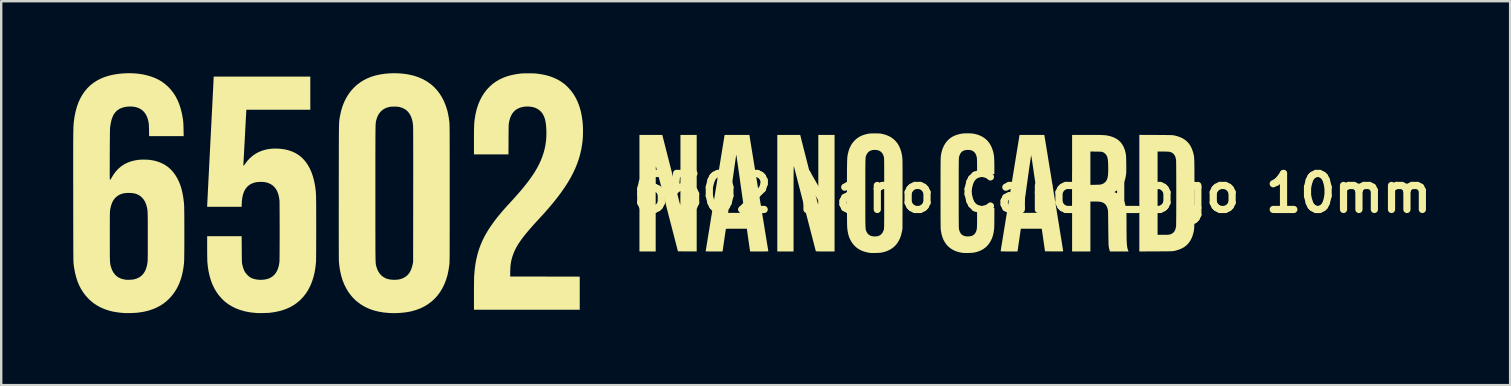
<source format=kicad_pcb>
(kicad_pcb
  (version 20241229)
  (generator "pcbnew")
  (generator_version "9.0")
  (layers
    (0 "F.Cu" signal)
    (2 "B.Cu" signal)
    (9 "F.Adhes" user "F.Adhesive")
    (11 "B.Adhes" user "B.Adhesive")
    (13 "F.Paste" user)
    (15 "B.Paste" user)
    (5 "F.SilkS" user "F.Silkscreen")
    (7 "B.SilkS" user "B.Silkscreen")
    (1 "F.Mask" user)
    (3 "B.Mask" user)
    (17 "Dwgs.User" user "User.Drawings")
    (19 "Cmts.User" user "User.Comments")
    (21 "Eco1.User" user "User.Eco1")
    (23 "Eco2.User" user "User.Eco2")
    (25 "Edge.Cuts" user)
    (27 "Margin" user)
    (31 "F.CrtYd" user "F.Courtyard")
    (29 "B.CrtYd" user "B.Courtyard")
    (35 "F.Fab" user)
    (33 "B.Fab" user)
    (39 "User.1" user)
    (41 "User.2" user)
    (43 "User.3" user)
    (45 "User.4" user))
  (footprint "6502 Nano Card Logo 10mm"
    (layer "F.Cu")
    (at 39.973 5)
    (property "Reference" "6502 Nano Card Logo 10mm" (at 0 0 0) (layer "F.SilkS") (effects (font (size 1.5 1.5) (thickness 0.3))))
    (attr board_only exclude_from_pos_files exclude_from_bom)
    (fp_poly (pts (xy -15.078 -1.072) (xy -15.04 -0.923) (xy -15.002 -0.777) (xy -14.966 -0.635) (xy -14.932 -0.498) (xy -14.898 -0.368) (xy -14.867 -0.245) (xy -14.838 -0.13) (xy -14.811 -0.024) (xy -14.786 0.072) (xy -14.765 0.157) (xy -14.746 0.23) (xy -14.731 0.29) (xy -14.719 0.336) (xy -14.711 0.368) (xy -14.707 0.383) (xy -14.697 0.421) (xy -14.687 0.453) (xy -14.68 0.474) (xy -14.675 0.482) (xy -14.675 0.482) (xy -14.674 0.474) (xy -14.673 0.449) (xy -14.672 0.41) (xy -14.671 0.355) (xy -14.671 0.287) (xy -14.67 0.206) (xy -14.67 0.112) (xy -14.669 0.007) (xy -14.669 -0.109) (xy -14.668 -0.235) (xy -14.668 -0.369) (xy -14.668 -0.513) (xy -14.667 -0.664) (xy -14.667 -0.821) (xy -14.667 -0.973) (xy -14.667 -2.428) (xy -14.329 -2.428) (xy -13.99 -2.428) (xy -13.99 0.000084) (xy -13.99 2.428) (xy -14.381 2.426) (xy -14.772 2.424) (xy -15.229 0.654) (xy -15.272 0.485) (xy -15.315 0.32) (xy -15.356 0.16) (xy -15.396 0.007) (xy -15.434 -0.141) (xy -15.471 -0.28) (xy -15.505 -0.412) (xy -15.537 -0.535) (xy -15.567 -0.648) (xy -15.594 -0.75) (xy -15.618 -0.842) (xy -15.639 -0.922) (xy -15.657 -0.989) (xy -15.671 -1.043) (xy -15.682 -1.083) (xy -15.689 -1.107) (xy -15.692 -1.117) (xy -15.692 -1.117) (xy -15.693 -1.109) (xy -15.694 -1.084) (xy -15.694 -1.044) (xy -15.695 -0.99) (xy -15.696 -0.922) (xy -15.696 -0.84) (xy -15.697 -0.747) (xy -15.697 -0.642) (xy -15.698 -0.527) (xy -15.698 -0.401) (xy -15.698 -0.267) (xy -15.699 -0.124) (xy -15.699 0.026) (xy -15.699 0.184) (xy -15.699 0.347) (xy -15.699 0.515) (xy -15.699 0.656) (xy -15.699 2.428) (xy -16.038 2.428) (xy -16.376 2.428) (xy -16.376 0) (xy -16.376 -2.428) (xy -15.9 -2.428) (xy -15.424 -2.428)) (stroke (width 0) (type solid)) (fill yes) (layer "F.SilkS"))
    (fp_poly (pts (xy -9.667 -2.388) (xy -9.65 -2.32) (xy -9.63 -2.24) (xy -9.607 -2.151) (xy -9.582 -2.052) (xy -9.555 -1.945) (xy -9.526 -1.831) (xy -9.495 -1.711) (xy -9.463 -1.586) (xy -9.43 -1.456) (xy -9.396 -1.324) (xy -9.362 -1.189) (xy -9.327 -1.053) (xy -9.292 -0.917) (xy -9.257 -0.782) (xy -9.223 -0.648) (xy -9.189 -0.517) (xy -9.156 -0.39) (xy -9.125 -0.268) (xy -9.095 -0.152) (xy -9.067 -0.042) (xy -9.04 0.06) (xy -9.016 0.153) (xy -8.994 0.236) (xy -8.975 0.309) (xy -8.959 0.37) (xy -8.947 0.418) (xy -8.937 0.453) (xy -8.932 0.473) (xy -8.93 0.478) (xy -8.929 0.47) (xy -8.928 0.446) (xy -8.927 0.406) (xy -8.926 0.35) (xy -8.926 0.279) (xy -8.925 0.193) (xy -8.924 0.091) (xy -8.924 -0.024) (xy -8.923 -0.154) (xy -8.923 -0.297) (xy -8.923 -0.454) (xy -8.922 -0.624) (xy -8.922 -0.806) (xy -8.922 -0.971) (xy -8.922 -2.428) (xy -8.584 -2.428) (xy -8.245 -2.428) (xy -8.245 0) (xy -8.245 2.428) (xy -8.634 2.428) (xy -8.725 2.428) (xy -8.801 2.428) (xy -8.863 2.428) (xy -8.912 2.427) (xy -8.951 2.427) (xy -8.979 2.425) (xy -8.999 2.424) (xy -9.013 2.422) (xy -9.021 2.42) (xy -9.025 2.417) (xy -9.027 2.414) (xy -9.03 2.404) (xy -9.036 2.379) (xy -9.047 2.339) (xy -9.06 2.286) (xy -9.077 2.22) (xy -9.098 2.143) (xy -9.12 2.055) (xy -9.146 1.956) (xy -9.173 1.849) (xy -9.203 1.734) (xy -9.235 1.611) (xy -9.268 1.483) (xy -9.303 1.348) (xy -9.339 1.21) (xy -9.375 1.068) (xy -9.413 0.923) (xy -9.451 0.777) (xy -9.489 0.629) (xy -9.526 0.482) (xy -9.564 0.336) (xy -9.601 0.192) (xy -9.638 0.051) (xy -9.673 -0.086) (xy -9.707 -0.219) (xy -9.74 -0.346) (xy -9.771 -0.467) (xy -9.8 -0.58) (xy -9.827 -0.685) (xy -9.852 -0.78) (xy -9.874 -0.866) (xy -9.893 -0.94) (xy -9.909 -1.002) (xy -9.922 -1.052) (xy -9.931 -1.087) (xy -9.936 -1.108) (xy -9.937 -1.114) (xy -9.944 -1.117) (xy -9.946 -1.117) (xy -9.947 -1.108) (xy -9.948 -1.083) (xy -9.949 -1.041) (xy -9.95 -0.982) (xy -9.951 -0.906) (xy -9.951 -0.813) (xy -9.952 -0.704) (xy -9.953 -0.578) (xy -9.953 -0.436) (xy -9.954 -0.276) (xy -9.954 -0.1) (xy -9.954 0.092) (xy -9.954 0.301) (xy -9.954 0.526) (xy -9.954 0.656) (xy -9.954 2.428) (xy -10.293 2.428) (xy -10.631 2.428) (xy -10.631 0) (xy -10.631 -2.428) (xy -10.154 -2.428) (xy -9.677 -2.428)) (stroke (width 0) (type solid)) (fill yes) (layer "F.SilkS"))
    (fp_poly (pts (xy 5.142 -2.426) (xy 5.268 -2.425) (xy 5.379 -2.425) (xy 5.475 -2.424) (xy 5.558 -2.423) (xy 5.628 -2.422) (xy 5.688 -2.422) (xy 5.737 -2.42) (xy 5.778 -2.419) (xy 5.812 -2.418) (xy 5.839 -2.416) (xy 5.861 -2.414) (xy 5.88 -2.412) (xy 5.895 -2.41) (xy 5.902 -2.408) (xy 6.039 -2.375) (xy 6.164 -2.33) (xy 6.276 -2.276) (xy 6.375 -2.21) (xy 6.462 -2.133) (xy 6.537 -2.044) (xy 6.601 -1.943) (xy 6.653 -1.83) (xy 6.696 -1.703) (xy 6.709 -1.652) (xy 6.714 -1.629) (xy 6.719 -1.608) (xy 6.724 -1.588) (xy 6.728 -1.567) (xy 6.731 -1.545) (xy 6.735 -1.522) (xy 6.738 -1.495) (xy 6.74 -1.465) (xy 6.742 -1.431) (xy 6.744 -1.392) (xy 6.746 -1.346) (xy 6.747 -1.294) (xy 6.748 -1.234) (xy 6.749 -1.165) (xy 6.75 -1.087) (xy 6.751 -0.999) (xy 6.751 -0.9) (xy 6.751 -0.789) (xy 6.752 -0.665) (xy 6.752 -0.528) (xy 6.752 -0.377) (xy 6.752 -0.21) (xy 6.752 -0.028) (xy 6.752 0) (xy 6.752 0.185) (xy 6.752 0.354) (xy 6.752 0.507) (xy 6.752 0.646) (xy 6.752 0.772) (xy 6.751 0.885) (xy 6.751 0.985) (xy 6.75 1.075) (xy 6.75 1.154) (xy 6.749 1.224) (xy 6.747 1.285) (xy 6.746 1.339) (xy 6.745 1.385) (xy 6.743 1.426) (xy 6.74 1.461) (xy 6.738 1.491) (xy 6.735 1.518) (xy 6.732 1.542) (xy 6.728 1.564) (xy 6.724 1.585) (xy 6.72 1.605) (xy 6.715 1.626) (xy 6.71 1.648) (xy 6.709 1.652) (xy 6.671 1.783) (xy 6.622 1.901) (xy 6.562 2.007) (xy 6.491 2.101) (xy 6.409 2.182) (xy 6.314 2.252) (xy 6.207 2.311) (xy 6.087 2.359) (xy 5.954 2.397) (xy 5.902 2.408) (xy 5.887 2.411) (xy 5.87 2.413) (xy 5.849 2.415) (xy 5.825 2.417) (xy 5.794 2.419) (xy 5.756 2.42) (xy 5.711 2.421) (xy 5.656 2.422) (xy 5.59 2.423) (xy 5.513 2.424) (xy 5.423 2.424) (xy 5.319 2.425) (xy 5.2 2.426) (xy 5.142 2.426) (xy 4.455 2.429) (xy 4.455 0) (xy 5.216 0) (xy 5.216 1.735) (xy 5.447 1.735) (xy 5.518 1.734) (xy 5.575 1.734) (xy 5.62 1.733) (xy 5.654 1.731) (xy 5.682 1.729) (xy 5.704 1.726) (xy 5.724 1.721) (xy 5.735 1.719) (xy 5.803 1.693) (xy 5.859 1.656) (xy 5.906 1.608) (xy 5.941 1.547) (xy 5.968 1.473) (xy 5.985 1.385) (xy 5.986 1.377) (xy 5.987 1.359) (xy 5.988 1.325) (xy 5.989 1.277) (xy 5.99 1.215) (xy 5.991 1.141) (xy 5.992 1.055) (xy 5.993 0.96) (xy 5.993 0.856) (xy 5.994 0.744) (xy 5.994 0.625) (xy 5.994 0.501) (xy 5.995 0.372) (xy 5.995 0.241) (xy 5.995 0.107) (xy 5.995 -0.028) (xy 5.995 -0.162) (xy 5.995 -0.295) (xy 5.994 -0.426) (xy 5.994 -0.553) (xy 5.994 -0.675) (xy 5.993 -0.791) (xy 5.993 -0.901) (xy 5.992 -1.002) (xy 5.991 -1.094) (xy 5.991 -1.175) (xy 5.99 -1.245) (xy 5.989 -1.302) (xy 5.988 -1.345) (xy 5.986 -1.374) (xy 5.986 -1.384) (xy 5.97 -1.466) (xy 5.948 -1.534) (xy 5.919 -1.59) (xy 5.881 -1.636) (xy 5.837 -1.672) (xy 5.81 -1.689) (xy 5.784 -1.702) (xy 5.757 -1.713) (xy 5.726 -1.721) (xy 5.689 -1.727) (xy 5.644 -1.731) (xy 5.589 -1.733) (xy 5.521 -1.734) (xy 5.445 -1.735) (xy 5.216 -1.735) (xy 5.216 0) (xy 4.455 0) (xy 4.455 -2.429)) (stroke (width 0) (type solid)) (fill yes) (layer "F.SilkS"))
    (fp_poly (pts (xy -11.402 -0.015) (xy -11.369 0.185) (xy -11.338 0.381) (xy -11.306 0.571) (xy -11.276 0.756) (xy -11.247 0.935) (xy -11.219 1.107) (xy -11.192 1.271) (xy -11.167 1.427) (xy -11.143 1.574) (xy -11.121 1.711) (xy -11.1 1.839) (xy -11.081 1.955) (xy -11.064 2.06) (xy -11.049 2.152) (xy -11.035 2.232) (xy -11.025 2.298) (xy -11.016 2.35) (xy -11.01 2.387) (xy -11.006 2.408) (xy -11.005 2.414) (xy -11.005 2.417) (xy -11.008 2.42) (xy -11.015 2.422) (xy -11.027 2.424) (xy -11.046 2.426) (xy -11.074 2.427) (xy -11.112 2.427) (xy -11.161 2.428) (xy -11.223 2.428) (xy -11.298 2.428) (xy -11.383 2.428) (xy -11.764 2.428) (xy -11.769 2.401) (xy -11.771 2.389) (xy -11.775 2.362) (xy -11.781 2.323) (xy -11.788 2.273) (xy -11.796 2.214) (xy -11.806 2.148) (xy -11.816 2.076) (xy -11.827 2.002) (xy -11.838 1.926) (xy -11.849 1.85) (xy -11.859 1.777) (xy -11.869 1.707) (xy -11.878 1.644) (xy -11.886 1.589) (xy -11.892 1.543) (xy -11.897 1.509) (xy -11.9 1.489) (xy -11.9 1.483) (xy -11.909 1.483) (xy -11.932 1.482) (xy -11.969 1.482) (xy -12.019 1.481) (xy -12.079 1.481) (xy -12.148 1.481) (xy -12.225 1.481) (xy -12.307 1.481) (xy -12.336 1.481) (xy -12.433 1.481) (xy -12.514 1.481) (xy -12.582 1.481) (xy -12.636 1.482) (xy -12.679 1.482) (xy -12.712 1.483) (xy -12.737 1.484) (xy -12.754 1.486) (xy -12.765 1.488) (xy -12.771 1.49) (xy -12.774 1.493) (xy -12.775 1.495) (xy -12.777 1.506) (xy -12.781 1.533) (xy -12.787 1.572) (xy -12.795 1.624) (xy -12.804 1.686) (xy -12.814 1.757) (xy -12.826 1.835) (xy -12.838 1.919) (xy -12.845 1.969) (xy -12.912 2.428) (xy -13.266 2.428) (xy -13.353 2.428) (xy -13.424 2.428) (xy -13.481 2.428) (xy -13.526 2.427) (xy -13.56 2.426) (xy -13.584 2.425) (xy -13.601 2.424) (xy -13.611 2.421) (xy -13.615 2.419) (xy -13.617 2.415) (xy -13.616 2.414) (xy -13.615 2.404) (xy -13.61 2.379) (xy -13.603 2.338) (xy -13.594 2.282) (xy -13.583 2.212) (xy -13.569 2.129) (xy -13.554 2.034) (xy -13.536 1.926) (xy -13.517 1.806) (xy -13.495 1.677) (xy -13.472 1.536) (xy -13.448 1.387) (xy -13.422 1.229) (xy -13.395 1.063) (xy -13.367 0.889) (xy -13.356 0.821) (xy -12.679 0.821) (xy -12.336 0.821) (xy -11.993 0.821) (xy -11.997 0.793) (xy -11.999 0.782) (xy -12.003 0.754) (xy -12.009 0.712) (xy -12.017 0.656) (xy -12.027 0.588) (xy -12.038 0.507) (xy -12.051 0.415) (xy -12.066 0.314) (xy -12.081 0.204) (xy -12.098 0.085) (xy -12.116 -0.04) (xy -12.134 -0.171) (xy -12.154 -0.307) (xy -12.168 -0.406) (xy -12.187 -0.545) (xy -12.206 -0.679) (xy -12.224 -0.807) (xy -12.242 -0.929) (xy -12.258 -1.044) (xy -12.273 -1.15) (xy -12.287 -1.247) (xy -12.3 -1.333) (xy -12.311 -1.408) (xy -12.32 -1.471) (xy -12.327 -1.521) (xy -12.332 -1.556) (xy -12.336 -1.577) (xy -12.337 -1.581) (xy -12.345 -1.58) (xy -12.346 -1.579) (xy -12.348 -1.571) (xy -12.352 -1.546) (xy -12.357 -1.508) (xy -12.365 -1.455) (xy -12.374 -1.391) (xy -12.385 -1.316) (xy -12.397 -1.231) (xy -12.411 -1.137) (xy -12.425 -1.035) (xy -12.44 -0.928) (xy -12.456 -0.815) (xy -12.473 -0.697) (xy -12.49 -0.577) (xy -12.507 -0.456) (xy -12.524 -0.333) (xy -12.541 -0.211) (xy -12.557 -0.091) (xy -12.574 0.026) (xy -12.589 0.14) (xy -12.604 0.248) (xy -12.618 0.35) (xy -12.631 0.445) (xy -12.643 0.531) (xy -12.654 0.607) (xy -12.662 0.672) (xy -12.669 0.726) (xy -12.675 0.766) (xy -12.678 0.792) (xy -12.679 0.802) (xy -12.679 0.821) (xy -13.356 0.821) (xy -13.337 0.708) (xy -13.307 0.522) (xy -13.276 0.33) (xy -13.244 0.133) (xy -13.22 -0.015) (xy -12.827 -2.428) (xy -12.311 -2.428) (xy -11.795 -2.428)) (stroke (width 0) (type solid)) (fill yes) (layer "F.SilkS"))
    (fp_poly (pts (xy 0.499 -2.409) (xy 0.501 -2.398) (xy 0.505 -2.372) (xy 0.512 -2.33) (xy 0.521 -2.274) (xy 0.533 -2.205) (xy 0.546 -2.123) (xy 0.562 -2.029) (xy 0.579 -1.925) (xy 0.597 -1.81) (xy 0.618 -1.686) (xy 0.639 -1.553) (xy 0.662 -1.413) (xy 0.686 -1.265) (xy 0.711 -1.112) (xy 0.737 -0.953) (xy 0.764 -0.789) (xy 0.791 -0.622) (xy 0.818 -0.452) (xy 0.846 -0.28) (xy 0.874 -0.106) (xy 0.903 0.068) (xy 0.931 0.242) (xy 0.959 0.414) (xy 0.987 0.585) (xy 1.014 0.753) (xy 1.04 0.917) (xy 1.066 1.078) (xy 1.092 1.233) (xy 1.116 1.382) (xy 1.139 1.524) (xy 1.16 1.659) (xy 1.181 1.785) (xy 1.2 1.902) (xy 1.217 2.009) (xy 1.233 2.106) (xy 1.246 2.191) (xy 1.258 2.263) (xy 1.267 2.322) (xy 1.275 2.368) (xy 1.279 2.398) (xy 1.282 2.413) (xy 1.282 2.414) (xy 1.281 2.418) (xy 1.277 2.42) (xy 1.268 2.423) (xy 1.254 2.424) (xy 1.232 2.426) (xy 1.202 2.426) (xy 1.162 2.427) (xy 1.109 2.427) (xy 1.044 2.427) (xy 0.964 2.427) (xy 0.903 2.426) (xy 0.525 2.424) (xy 0.457 1.952) (xy 0.389 1.481) (xy -0.047 1.481) (xy -0.483 1.481) (xy -0.549 1.935) (xy -0.562 2.022) (xy -0.574 2.103) (xy -0.585 2.179) (xy -0.595 2.246) (xy -0.603 2.304) (xy -0.61 2.351) (xy -0.615 2.385) (xy -0.619 2.405) (xy -0.619 2.409) (xy -0.624 2.428) (xy -0.974 2.428) (xy -1.056 2.428) (xy -1.13 2.428) (xy -1.194 2.427) (xy -1.246 2.426) (xy -1.287 2.424) (xy -1.313 2.423) (xy -1.324 2.421) (xy -1.324 2.421) (xy -1.323 2.41) (xy -1.319 2.386) (xy -1.313 2.349) (xy -1.306 2.303) (xy -1.298 2.25) (xy -1.291 2.207) (xy -1.286 2.18) (xy -1.279 2.138) (xy -1.27 2.08) (xy -1.258 2.008) (xy -1.244 1.923) (xy -1.228 1.824) (xy -1.21 1.714) (xy -1.191 1.593) (xy -1.169 1.461) (xy -1.146 1.319) (xy -1.122 1.169) (xy -1.096 1.01) (xy -1.069 0.845) (xy -1.065 0.821) (xy -0.395 0.821) (xy -0.052 0.821) (xy 0.292 0.821) (xy 0.292 0.797) (xy 0.29 0.783) (xy 0.287 0.754) (xy 0.281 0.711) (xy 0.274 0.655) (xy 0.264 0.587) (xy 0.254 0.508) (xy 0.241 0.421) (xy 0.228 0.324) (xy 0.213 0.221) (xy 0.198 0.111) (xy 0.181 -0.003) (xy 0.165 -0.121) (xy 0.147 -0.241) (xy 0.13 -0.363) (xy 0.112 -0.486) (xy 0.095 -0.607) (xy 0.077 -0.726) (xy 0.06 -0.842) (xy 0.044 -0.954) (xy 0.029 -1.06) (xy 0.014 -1.16) (xy 0.000218 -1.252) (xy -0.012 -1.334) (xy -0.023 -1.407) (xy -0.033 -1.469) (xy -0.04 -1.518) (xy -0.046 -1.553) (xy -0.05 -1.574) (xy -0.051 -1.579) (xy -0.053 -1.572) (xy -0.058 -1.547) (xy -0.065 -1.507) (xy -0.074 -1.451) (xy -0.084 -1.38) (xy -0.097 -1.295) (xy -0.111 -1.195) (xy -0.128 -1.081) (xy -0.146 -0.954) (xy -0.166 -0.813) (xy -0.187 -0.66) (xy -0.21 -0.494) (xy -0.223 -0.4) (xy -0.243 -0.26) (xy -0.261 -0.125) (xy -0.279 0.005) (xy -0.296 0.129) (xy -0.313 0.245) (xy -0.328 0.353) (xy -0.341 0.451) (xy -0.354 0.54) (xy -0.365 0.617) (xy -0.374 0.682) (xy -0.381 0.734) (xy -0.387 0.772) (xy -0.39 0.795) (xy -0.391 0.802) (xy -0.395 0.821) (xy -1.065 0.821) (xy -1.041 0.672) (xy -1.012 0.494) (xy -0.982 0.312) (xy -0.952 0.125) (xy -0.921 -0.066) (xy -0.905 -0.161) (xy -0.875 -0.35) (xy -0.844 -0.536) (xy -0.815 -0.717) (xy -0.786 -0.892) (xy -0.759 -1.061) (xy -0.733 -1.223) (xy -0.707 -1.378) (xy -0.684 -1.524) (xy -0.661 -1.661) (xy -0.641 -1.788) (xy -0.621 -1.905) (xy -0.604 -2.011) (xy -0.589 -2.105) (xy -0.576 -2.186) (xy -0.565 -2.253) (xy -0.556 -2.307) (xy -0.55 -2.346) (xy -0.546 -2.369) (xy -0.545 -2.375) (xy -0.536 -2.428) (xy -0.02 -2.428) (xy 0.495 -2.428)) (stroke (width 0) (type solid)) (fill yes) (layer "F.SilkS"))
    (fp_poly (pts (xy 2.409 -2.428) (xy 2.522 -2.428) (xy 2.622 -2.428) (xy 2.709 -2.427) (xy 2.784 -2.426) (xy 2.849 -2.424) (xy 2.905 -2.423) (xy 2.953 -2.42) (xy 2.996 -2.418) (xy 3.033 -2.414) (xy 3.067 -2.41) (xy 3.1 -2.405) (xy 3.131 -2.4) (xy 3.161 -2.394) (xy 3.29 -2.361) (xy 3.407 -2.316) (xy 3.511 -2.26) (xy 3.603 -2.192) (xy 3.683 -2.113) (xy 3.751 -2.021) (xy 3.806 -1.918) (xy 3.85 -1.803) (xy 3.867 -1.743) (xy 3.876 -1.705) (xy 3.884 -1.671) (xy 3.891 -1.639) (xy 3.896 -1.606) (xy 3.9 -1.572) (xy 3.903 -1.532) (xy 3.905 -1.486) (xy 3.907 -1.431) (xy 3.908 -1.365) (xy 3.91 -1.286) (xy 3.911 -1.213) (xy 3.912 -1.122) (xy 3.912 -1.047) (xy 3.912 -0.984) (xy 3.912 -0.932) (xy 3.911 -0.89) (xy 3.909 -0.854) (xy 3.907 -0.823) (xy 3.904 -0.795) (xy 3.901 -0.769) (xy 3.885 -0.673) (xy 3.865 -0.59) (xy 3.842 -0.515) (xy 3.822 -0.465) (xy 3.773 -0.364) (xy 3.713 -0.277) (xy 3.644 -0.201) (xy 3.562 -0.136) (xy 3.483 -0.089) (xy 3.454 -0.073) (xy 3.432 -0.059) (xy 3.42 -0.05) (xy 3.419 -0.048) (xy 3.426 -0.041) (xy 3.445 -0.032) (xy 3.471 -0.021) (xy 3.548 0.013) (xy 3.617 0.058) (xy 3.68 0.114) (xy 3.734 0.176) (xy 3.781 0.247) (xy 3.82 0.327) (xy 3.853 0.419) (xy 3.879 0.523) (xy 3.9 0.642) (xy 3.909 0.712) (xy 3.911 0.741) (xy 3.914 0.773) (xy 3.916 0.81) (xy 3.918 0.854) (xy 3.919 0.905) (xy 3.92 0.966) (xy 3.921 1.038) (xy 3.921 1.122) (xy 3.922 1.219) (xy 3.922 1.332) (xy 3.922 1.36) (xy 3.922 1.504) (xy 3.923 1.632) (xy 3.924 1.746) (xy 3.925 1.846) (xy 3.927 1.934) (xy 3.93 2.011) (xy 3.933 2.078) (xy 3.937 2.136) (xy 3.942 2.187) (xy 3.948 2.232) (xy 3.955 2.271) (xy 3.964 2.306) (xy 3.973 2.339) (xy 3.983 2.369) (xy 3.985 2.375) (xy 4.006 2.428) (xy 3.618 2.428) (xy 3.231 2.428) (xy 3.221 2.397) (xy 3.199 2.317) (xy 3.184 2.244) (xy 3.176 2.191) (xy 3.175 2.171) (xy 3.173 2.134) (xy 3.171 2.083) (xy 3.17 2.018) (xy 3.168 1.942) (xy 3.166 1.854) (xy 3.165 1.757) (xy 3.163 1.651) (xy 3.162 1.538) (xy 3.161 1.426) (xy 3.159 1.301) (xy 3.158 1.192) (xy 3.157 1.097) (xy 3.156 1.016) (xy 3.155 0.947) (xy 3.154 0.889) (xy 3.153 0.841) (xy 3.152 0.801) (xy 3.151 0.769) (xy 3.149 0.743) (xy 3.147 0.722) (xy 3.145 0.704) (xy 3.143 0.69) (xy 3.14 0.676) (xy 3.137 0.663) (xy 3.136 0.662) (xy 3.11 0.581) (xy 3.077 0.514) (xy 3.036 0.461) (xy 2.986 0.419) (xy 2.945 0.397) (xy 2.906 0.381) (xy 2.866 0.368) (xy 2.821 0.359) (xy 2.768 0.353) (xy 2.705 0.349) (xy 2.629 0.347) (xy 2.588 0.347) (xy 2.416 0.347) (xy 2.416 1.388) (xy 2.416 2.428) (xy 2.035 2.428) (xy 1.654 2.428) (xy 1.654 0) (xy 1.654 -1.04) (xy 2.416 -1.04) (xy 2.416 -0.345) (xy 2.621 -0.349) (xy 2.69 -0.351) (xy 2.746 -0.353) (xy 2.788 -0.355) (xy 2.821 -0.358) (xy 2.847 -0.362) (xy 2.867 -0.366) (xy 2.873 -0.368) (xy 2.929 -0.389) (xy 2.975 -0.414) (xy 3.017 -0.446) (xy 3.023 -0.451) (xy 3.054 -0.484) (xy 3.081 -0.521) (xy 3.104 -0.563) (xy 3.122 -0.611) (xy 3.136 -0.668) (xy 3.147 -0.734) (xy 3.154 -0.812) (xy 3.158 -0.901) (xy 3.159 -1.004) (xy 3.158 -1.123) (xy 3.157 -1.142) (xy 3.155 -1.227) (xy 3.152 -1.298) (xy 3.147 -1.357) (xy 3.142 -1.407) (xy 3.134 -1.45) (xy 3.124 -1.489) (xy 3.112 -1.526) (xy 3.108 -1.536) (xy 3.083 -1.585) (xy 3.045 -1.632) (xy 2.999 -1.673) (xy 2.95 -1.704) (xy 2.936 -1.71) (xy 2.92 -1.716) (xy 2.905 -1.72) (xy 2.888 -1.724) (xy 2.867 -1.727) (xy 2.84 -1.729) (xy 2.804 -1.73) (xy 2.757 -1.731) (xy 2.697 -1.732) (xy 2.65 -1.733) (xy 2.416 -1.736) (xy 2.416 -1.04) (xy 1.654 -1.04) (xy 1.654 -2.428) (xy 2.279 -2.428)) (stroke (width 0) (type solid)) (fill yes) (layer "F.SilkS"))
    (fp_poly (pts (xy -20.916 -4.995) (xy -20.841 -4.993) (xy -20.772 -4.991) (xy -20.714 -4.988) (xy -20.675 -4.985) (xy -20.474 -4.958) (xy -20.287 -4.92) (xy -20.111 -4.87) (xy -19.947 -4.81) (xy -19.793 -4.738) (xy -19.65 -4.654) (xy -19.515 -4.558) (xy -19.494 -4.541) (xy -19.463 -4.515) (xy -19.425 -4.48) (xy -19.384 -4.441) (xy -19.344 -4.401) (xy -19.333 -4.39) (xy -19.218 -4.259) (xy -19.115 -4.116) (xy -19.024 -3.961) (xy -18.945 -3.794) (xy -18.878 -3.616) (xy -18.823 -3.426) (xy -18.781 -3.223) (xy -18.75 -3.009) (xy -18.737 -2.877) (xy -18.733 -2.805) (xy -18.73 -2.721) (xy -18.729 -2.63) (xy -18.729 -2.536) (xy -18.731 -2.443) (xy -18.733 -2.355) (xy -18.738 -2.276) (xy -18.741 -2.229) (xy -18.766 -2.023) (xy -18.801 -1.821) (xy -18.847 -1.621) (xy -18.903 -1.424) (xy -18.971 -1.228) (xy -19.051 -1.033) (xy -19.143 -0.836) (xy -19.247 -0.639) (xy -19.365 -0.439) (xy -19.496 -0.236) (xy -19.641 -0.028) (xy -19.8 0.184) (xy -19.974 0.402) (xy -20.041 0.482) (xy -20.106 0.56) (xy -20.17 0.635) (xy -20.235 0.709) (xy -20.302 0.786) (xy -20.375 0.866) (xy -20.454 0.953) (xy -20.541 1.048) (xy -20.59 1.101) (xy -20.732 1.255) (xy -20.861 1.4) (xy -20.979 1.535) (xy -21.086 1.662) (xy -21.182 1.781) (xy -21.269 1.895) (xy -21.346 2.002) (xy -21.415 2.106) (xy -21.475 2.205) (xy -21.529 2.302) (xy -21.576 2.397) (xy -21.616 2.491) (xy -21.651 2.584) (xy -21.682 2.679) (xy -21.702 2.754) (xy -21.723 2.845) (xy -21.739 2.936) (xy -21.75 3.029) (xy -21.757 3.131) (xy -21.76 3.244) (xy -21.761 3.274) (xy -21.762 3.473) (xy -20.313 3.475) (xy -18.864 3.478) (xy -18.864 4.167) (xy -18.864 4.857) (xy -21.068 4.857) (xy -23.272 4.857) (xy -23.272 4.207) (xy -23.272 4.1) (xy -23.272 3.996) (xy -23.271 3.895) (xy -23.27 3.799) (xy -23.269 3.711) (xy -23.268 3.632) (xy -23.267 3.563) (xy -23.266 3.506) (xy -23.265 3.462) (xy -23.263 3.435) (xy -23.242 3.192) (xy -23.212 2.962) (xy -23.172 2.743) (xy -23.121 2.534) (xy -23.06 2.331) (xy -22.987 2.135) (xy -22.902 1.941) (xy -22.804 1.75) (xy -22.692 1.559) (xy -22.566 1.366) (xy -22.43 1.176) (xy -22.363 1.088) (xy -22.296 1.001) (xy -22.226 0.915) (xy -22.152 0.826) (xy -22.073 0.734) (xy -21.987 0.636) (xy -21.892 0.531) (xy -21.786 0.416) (xy -21.762 0.389) (xy -21.596 0.208) (xy -21.443 0.036) (xy -21.302 -0.128) (xy -21.173 -0.284) (xy -21.055 -0.433) (xy -20.947 -0.576) (xy -20.85 -0.714) (xy -20.761 -0.848) (xy -20.682 -0.978) (xy -20.61 -1.106) (xy -20.546 -1.232) (xy -20.489 -1.358) (xy -20.438 -1.483) (xy -20.393 -1.61) (xy -20.384 -1.638) (xy -20.333 -1.817) (xy -20.295 -1.996) (xy -20.269 -2.179) (xy -20.255 -2.367) (xy -20.254 -2.565) (xy -20.254 -2.589) (xy -20.261 -2.733) (xy -20.272 -2.863) (xy -20.29 -2.979) (xy -20.313 -3.082) (xy -20.343 -3.173) (xy -20.38 -3.254) (xy -20.423 -3.326) (xy -20.474 -3.39) (xy -20.48 -3.396) (xy -20.553 -3.464) (xy -20.635 -3.518) (xy -20.726 -3.56) (xy -20.827 -3.589) (xy -20.939 -3.606) (xy -20.988 -3.61) (xy -21.109 -3.61) (xy -21.224 -3.597) (xy -21.33 -3.571) (xy -21.427 -3.533) (xy -21.513 -3.483) (xy -21.55 -3.455) (xy -21.617 -3.391) (xy -21.675 -3.317) (xy -21.723 -3.232) (xy -21.763 -3.135) (xy -21.796 -3.023) (xy -21.81 -2.959) (xy -21.814 -2.942) (xy -21.816 -2.925) (xy -21.819 -2.906) (xy -21.821 -2.885) (xy -21.823 -2.86) (xy -21.824 -2.83) (xy -21.826 -2.794) (xy -21.827 -2.749) (xy -21.828 -2.695) (xy -21.828 -2.631) (xy -21.829 -2.556) (xy -21.83 -2.467) (xy -21.831 -2.364) (xy -21.831 -2.245) (xy -21.831 -2.244) (xy -21.835 -1.616) (xy -22.553 -1.616) (xy -23.272 -1.616) (xy -23.272 -2.19) (xy -23.272 -2.317) (xy -23.272 -2.429) (xy -23.271 -2.527) (xy -23.27 -2.614) (xy -23.269 -2.689) (xy -23.267 -2.756) (xy -23.265 -2.815) (xy -23.262 -2.869) (xy -23.259 -2.919) (xy -23.255 -2.966) (xy -23.25 -3.013) (xy -23.244 -3.06) (xy -23.238 -3.109) (xy -23.203 -3.313) (xy -23.156 -3.507) (xy -23.096 -3.691) (xy -23.025 -3.863) (xy -22.941 -4.025) (xy -22.845 -4.175) (xy -22.738 -4.314) (xy -22.619 -4.44) (xy -22.489 -4.555) (xy -22.358 -4.65) (xy -22.216 -4.734) (xy -22.063 -4.806) (xy -21.898 -4.868) (xy -21.721 -4.918) (xy -21.532 -4.957) (xy -21.33 -4.985) (xy -21.326 -4.985) (xy -21.28 -4.989) (xy -21.221 -4.992) (xy -21.151 -4.994) (xy -21.075 -4.995) (xy -20.995 -4.995)) (stroke (width 0) (type solid)) (fill yes) (layer "F.SilkS"))
    (fp_poly (pts (xy -2.621 -2.493) (xy -2.542 -2.488) (xy -2.47 -2.481) (xy -2.412 -2.471) (xy -2.279 -2.437) (xy -2.158 -2.39) (xy -2.049 -2.33) (xy -1.95 -2.258) (xy -1.864 -2.174) (xy -1.788 -2.077) (xy -1.725 -1.968) (xy -1.673 -1.846) (xy -1.632 -1.713) (xy -1.629 -1.699) (xy -1.618 -1.649) (xy -1.609 -1.596) (xy -1.602 -1.54) (xy -1.596 -1.479) (xy -1.592 -1.409) (xy -1.589 -1.329) (xy -1.587 -1.237) (xy -1.586 -1.131) (xy -1.586 -1.102) (xy -1.586 -0.795) (xy -1.946 -0.795) (xy -2.306 -0.795) (xy -2.306 -1.102) (xy -2.306 -1.175) (xy -2.307 -1.246) (xy -2.308 -1.311) (xy -2.309 -1.368) (xy -2.311 -1.415) (xy -2.313 -1.45) (xy -2.314 -1.468) (xy -2.333 -1.554) (xy -2.362 -1.629) (xy -2.403 -1.69) (xy -2.454 -1.739) (xy -2.516 -1.774) (xy -2.572 -1.793) (xy -2.618 -1.8) (xy -2.672 -1.803) (xy -2.73 -1.801) (xy -2.784 -1.796) (xy -2.827 -1.786) (xy -2.892 -1.76) (xy -2.946 -1.722) (xy -2.99 -1.672) (xy -3.025 -1.609) (xy -3.051 -1.533) (xy -3.057 -1.506) (xy -3.059 -1.497) (xy -3.061 -1.486) (xy -3.062 -1.473) (xy -3.063 -1.456) (xy -3.065 -1.435) (xy -3.066 -1.409) (xy -3.067 -1.378) (xy -3.068 -1.34) (xy -3.068 -1.295) (xy -3.069 -1.242) (xy -3.069 -1.181) (xy -3.07 -1.11) (xy -3.07 -1.028) (xy -3.071 -0.936) (xy -3.071 -0.832) (xy -3.071 -0.715) (xy -3.071 -0.584) (xy -3.071 -0.44) (xy -3.071 -0.281) (xy -3.071 -0.106) (xy -3.071 0.008) (xy -3.071 0.193) (xy -3.071 0.361) (xy -3.071 0.513) (xy -3.071 0.651) (xy -3.071 0.776) (xy -3.071 0.887) (xy -3.071 0.986) (xy -3.07 1.073) (xy -3.07 1.15) (xy -3.069 1.217) (xy -3.069 1.274) (xy -3.068 1.324) (xy -3.068 1.365) (xy -3.067 1.4) (xy -3.066 1.429) (xy -3.065 1.452) (xy -3.063 1.471) (xy -3.062 1.486) (xy -3.06 1.498) (xy -3.059 1.508) (xy -3.057 1.516) (xy -3.056 1.519) (xy -3.03 1.6) (xy -2.995 1.667) (xy -2.951 1.719) (xy -2.897 1.759) (xy -2.832 1.785) (xy -2.756 1.8) (xy -2.691 1.803) (xy -2.604 1.797) (xy -2.529 1.78) (xy -2.466 1.75) (xy -2.414 1.707) (xy -2.373 1.652) (xy -2.341 1.583) (xy -2.32 1.501) (xy -2.318 1.493) (xy -2.315 1.471) (xy -2.313 1.446) (xy -2.311 1.414) (xy -2.309 1.375) (xy -2.308 1.326) (xy -2.307 1.267) (xy -2.306 1.196) (xy -2.306 1.11) (xy -2.306 1.018) (xy -2.306 0.618) (xy -1.946 0.618) (xy -1.586 0.618) (xy -1.586 1.013) (xy -1.587 1.118) (xy -1.587 1.208) (xy -1.588 1.285) (xy -1.589 1.349) (xy -1.591 1.403) (xy -1.593 1.449) (xy -1.596 1.487) (xy -1.599 1.519) (xy -1.62 1.653) (xy -1.649 1.774) (xy -1.687 1.884) (xy -1.735 1.986) (xy -1.79 2.077) (xy -1.864 2.174) (xy -1.949 2.257) (xy -2.045 2.328) (xy -2.151 2.387) (xy -2.27 2.434) (xy -2.4 2.469) (xy -2.412 2.471) (xy -2.461 2.479) (xy -2.524 2.485) (xy -2.594 2.49) (xy -2.67 2.493) (xy -2.746 2.493) (xy -2.818 2.492) (xy -2.883 2.489) (xy -2.936 2.484) (xy -2.94 2.483) (xy -3.074 2.455) (xy -3.199 2.415) (xy -3.274 2.382) (xy -3.383 2.32) (xy -3.48 2.247) (xy -3.566 2.161) (xy -3.639 2.063) (xy -3.701 1.953) (xy -3.752 1.831) (xy -3.79 1.698) (xy -3.816 1.553) (xy -3.816 1.551) (xy -3.818 1.537) (xy -3.819 1.519) (xy -3.82 1.498) (xy -3.822 1.472) (xy -3.823 1.441) (xy -3.824 1.403) (xy -3.825 1.358) (xy -3.825 1.306) (xy -3.826 1.245) (xy -3.827 1.175) (xy -3.827 1.095) (xy -3.828 1.005) (xy -3.828 0.902) (xy -3.828 0.788) (xy -3.828 0.66) (xy -3.828 0.518) (xy -3.829 0.362) (xy -3.829 0.191) (xy -3.829 0.003) (xy -3.829 0) (xy -3.829 -0.188) (xy -3.829 -0.36) (xy -3.828 -0.516) (xy -3.828 -0.658) (xy -3.828 -0.786) (xy -3.828 -0.901) (xy -3.828 -1.003) (xy -3.827 -1.094) (xy -3.827 -1.174) (xy -3.826 -1.244) (xy -3.825 -1.305) (xy -3.825 -1.358) (xy -3.824 -1.402) (xy -3.823 -1.44) (xy -3.822 -1.472) (xy -3.82 -1.498) (xy -3.819 -1.519) (xy -3.818 -1.537) (xy -3.816 -1.551) (xy -3.816 -1.551) (xy -3.79 -1.697) (xy -3.751 -1.831) (xy -3.7 -1.954) (xy -3.637 -2.065) (xy -3.562 -2.165) (xy -3.473 -2.253) (xy -3.422 -2.295) (xy -3.338 -2.35) (xy -3.241 -2.398) (xy -3.134 -2.437) (xy -3.019 -2.467) (xy -2.925 -2.484) (xy -2.861 -2.49) (xy -2.786 -2.494) (xy -2.704 -2.495)) (stroke (width 0) (type solid)) (fill yes) (layer "F.SilkS"))
    (fp_poly (pts (xy -6.497 -2.491) (xy -6.438 -2.49) (xy -6.39 -2.488) (xy -6.35 -2.485) (xy -6.315 -2.481) (xy -6.291 -2.477) (xy -6.153 -2.444) (xy -6.027 -2.398) (xy -5.912 -2.341) (xy -5.809 -2.271) (xy -5.718 -2.188) (xy -5.638 -2.094) (xy -5.571 -1.988) (xy -5.515 -1.869) (xy -5.47 -1.739) (xy -5.438 -1.596) (xy -5.42 -1.46) (xy -5.418 -1.44) (xy -5.417 -1.412) (xy -5.416 -1.374) (xy -5.415 -1.326) (xy -5.414 -1.266) (xy -5.413 -1.196) (xy -5.413 -1.114) (xy -5.412 -1.019) (xy -5.412 -0.911) (xy -5.412 -0.79) (xy -5.412 -0.654) (xy -5.412 -0.504) (xy -5.412 -0.339) (xy -5.412 -0.158) (xy -5.412 0.04) (xy -5.412 0.063) (xy -5.415 1.485) (xy -5.435 1.591) (xy -5.469 1.735) (xy -5.514 1.867) (xy -5.571 1.987) (xy -5.639 2.093) (xy -5.718 2.188) (xy -5.809 2.27) (xy -5.912 2.34) (xy -6.026 2.397) (xy -6.151 2.443) (xy -6.289 2.476) (xy -6.291 2.476) (xy -6.321 2.48) (xy -6.364 2.484) (xy -6.417 2.487) (xy -6.477 2.49) (xy -6.538 2.492) (xy -6.599 2.493) (xy -6.655 2.494) (xy -6.703 2.493) (xy -6.739 2.492) (xy -6.748 2.491) (xy -6.892 2.467) (xy -7.023 2.431) (xy -7.144 2.383) (xy -7.253 2.323) (xy -7.351 2.25) (xy -7.438 2.165) (xy -7.516 2.066) (xy -7.554 2.006) (xy -7.604 1.912) (xy -7.645 1.812) (xy -7.676 1.703) (xy -7.7 1.585) (xy -7.716 1.455) (xy -7.721 1.387) (xy -7.722 1.36) (xy -7.723 1.317) (xy -7.724 1.259) (xy -7.725 1.186) (xy -7.725 1.1) (xy -7.726 1.001) (xy -7.727 0.89) (xy -7.728 0.768) (xy -7.728 0.636) (xy -7.728 0.495) (xy -7.729 0.346) (xy -7.729 0.189) (xy -7.729 0.025) (xy -7.729 0) (xy -7.729 -0.187) (xy -7.729 -0.357) (xy -7.729 -0.455) (xy -6.963 -0.455) (xy -6.963 -0.294) (xy -6.963 -0.117) (xy -6.963 0) (xy -6.963 0.187) (xy -6.963 0.357) (xy -6.963 0.513) (xy -6.963 0.654) (xy -6.963 0.78) (xy -6.963 0.894) (xy -6.963 0.996) (xy -6.962 1.086) (xy -6.962 1.166) (xy -6.961 1.236) (xy -6.959 1.296) (xy -6.958 1.349) (xy -6.956 1.393) (xy -6.954 1.431) (xy -6.952 1.463) (xy -6.949 1.49) (xy -6.946 1.513) (xy -6.942 1.532) (xy -6.938 1.548) (xy -6.933 1.561) (xy -6.928 1.574) (xy -6.922 1.586) (xy -6.916 1.599) (xy -6.909 1.612) (xy -6.904 1.621) (xy -6.87 1.679) (xy -6.827 1.723) (xy -6.772 1.76) (xy -6.752 1.77) (xy -6.694 1.789) (xy -6.627 1.801) (xy -6.555 1.804) (xy -6.483 1.798) (xy -6.418 1.783) (xy -6.399 1.777) (xy -6.339 1.746) (xy -6.287 1.7) (xy -6.243 1.64) (xy -6.209 1.568) (xy -6.191 1.515) (xy -6.19 1.507) (xy -6.188 1.498) (xy -6.186 1.487) (xy -6.185 1.473) (xy -6.184 1.455) (xy -6.182 1.433) (xy -6.181 1.406) (xy -6.181 1.373) (xy -6.18 1.333) (xy -6.179 1.285) (xy -6.179 1.23) (xy -6.178 1.165) (xy -6.178 1.091) (xy -6.177 1.006) (xy -6.177 0.909) (xy -6.177 0.801) (xy -6.177 0.679) (xy -6.177 0.544) (xy -6.177 0.395) (xy -6.177 0.23) (xy -6.177 0.05) (xy -6.177 0) (xy -6.177 -0.185) (xy -6.177 -0.353) (xy -6.177 -0.507) (xy -6.177 -0.645) (xy -6.177 -0.77) (xy -6.177 -0.882) (xy -6.177 -0.982) (xy -6.178 -1.069) (xy -6.178 -1.147) (xy -6.178 -1.214) (xy -6.179 -1.272) (xy -6.18 -1.321) (xy -6.18 -1.363) (xy -6.181 -1.398) (xy -6.182 -1.426) (xy -6.183 -1.45) (xy -6.185 -1.468) (xy -6.186 -1.483) (xy -6.187 -1.495) (xy -6.189 -1.505) (xy -6.191 -1.513) (xy -6.191 -1.515) (xy -6.22 -1.597) (xy -6.258 -1.665) (xy -6.306 -1.719) (xy -6.363 -1.759) (xy -6.431 -1.787) (xy -6.509 -1.801) (xy -6.6 -1.804) (xy -6.681 -1.793) (xy -6.753 -1.77) (xy -6.814 -1.733) (xy -6.865 -1.684) (xy -6.904 -1.622) (xy -6.904 -1.621) (xy -6.912 -1.607) (xy -6.918 -1.594) (xy -6.925 -1.582) (xy -6.93 -1.569) (xy -6.935 -1.556) (xy -6.94 -1.542) (xy -6.943 -1.525) (xy -6.947 -1.505) (xy -6.95 -1.48) (xy -6.953 -1.452) (xy -6.955 -1.417) (xy -6.957 -1.377) (xy -6.959 -1.329) (xy -6.96 -1.274) (xy -6.961 -1.21) (xy -6.962 -1.137) (xy -6.962 -1.053) (xy -6.963 -0.958) (xy -6.963 -0.852) (xy -6.963 -0.733) (xy -6.963 -0.601) (xy -6.963 -0.455) (xy -7.729 -0.455) (xy -7.729 -0.512) (xy -7.728 -0.653) (xy -7.728 -0.78) (xy -7.727 -0.895) (xy -7.727 -0.997) (xy -7.726 -1.088) (xy -7.725 -1.169) (xy -7.723 -1.241) (xy -7.722 -1.303) (xy -7.72 -1.358) (xy -7.718 -1.406) (xy -7.716 -1.448) (xy -7.713 -1.485) (xy -7.71 -1.517) (xy -7.707 -1.545) (xy -7.704 -1.57) (xy -7.7 -1.593) (xy -7.699 -1.599) (xy -7.666 -1.739) (xy -7.623 -1.866) (xy -7.568 -1.982) (xy -7.502 -2.086) (xy -7.424 -2.18) (xy -7.371 -2.232) (xy -7.288 -2.299) (xy -7.198 -2.356) (xy -7.101 -2.403) (xy -6.992 -2.441) (xy -6.871 -2.471) (xy -6.862 -2.473) (xy -6.829 -2.479) (xy -6.798 -2.484) (xy -6.765 -2.487) (xy -6.728 -2.489) (xy -6.684 -2.491) (xy -6.628 -2.491) (xy -6.57 -2.492)) (stroke (width 0) (type solid)) (fill yes) (layer "F.SilkS"))
    (fp_poly (pts (xy -30.092 -4.167) (xy -30.092 -3.477) (xy -31.423 -3.477) (xy -32.755 -3.477) (xy -32.761 -3.408) (xy -32.762 -3.39) (xy -32.764 -3.357) (xy -32.766 -3.31) (xy -32.77 -3.248) (xy -32.774 -3.175) (xy -32.779 -3.09) (xy -32.784 -2.994) (xy -32.789 -2.89) (xy -32.795 -2.778) (xy -32.802 -2.659) (xy -32.808 -2.534) (xy -32.815 -2.405) (xy -32.82 -2.31) (xy -32.827 -2.178) (xy -32.834 -2.05) (xy -32.841 -1.927) (xy -32.847 -1.81) (xy -32.853 -1.701) (xy -32.858 -1.599) (xy -32.863 -1.507) (xy -32.868 -1.425) (xy -32.872 -1.356) (xy -32.875 -1.298) (xy -32.877 -1.255) (xy -32.879 -1.227) (xy -32.88 -1.216) (xy -32.882 -1.183) (xy -32.882 -1.164) (xy -32.879 -1.154) (xy -32.873 -1.151) (xy -32.87 -1.151) (xy -32.857 -1.158) (xy -32.838 -1.18) (xy -32.813 -1.213) (xy -32.808 -1.221) (xy -32.714 -1.347) (xy -32.609 -1.459) (xy -32.495 -1.558) (xy -32.372 -1.644) (xy -32.239 -1.715) (xy -32.097 -1.772) (xy -31.947 -1.816) (xy -31.79 -1.844) (xy -31.624 -1.859) (xy -31.459 -1.858) (xy -31.287 -1.845) (xy -31.125 -1.819) (xy -30.975 -1.78) (xy -30.833 -1.729) (xy -30.701 -1.665) (xy -30.602 -1.605) (xy -30.486 -1.518) (xy -30.379 -1.416) (xy -30.281 -1.301) (xy -30.193 -1.173) (xy -30.114 -1.031) (xy -30.045 -0.877) (xy -29.986 -0.71) (xy -29.938 -0.532) (xy -29.899 -0.342) (xy -29.888 -0.272) (xy -29.883 -0.236) (xy -29.878 -0.201) (xy -29.874 -0.168) (xy -29.87 -0.135) (xy -29.866 -0.101) (xy -29.863 -0.065) (xy -29.86 -0.027) (xy -29.858 0.014) (xy -29.855 0.06) (xy -29.854 0.111) (xy -29.852 0.169) (xy -29.851 0.233) (xy -29.85 0.306) (xy -29.849 0.387) (xy -29.848 0.478) (xy -29.847 0.58) (xy -29.847 0.693) (xy -29.847 0.819) (xy -29.847 0.958) (xy -29.846 1.111) (xy -29.846 1.28) (xy -29.846 1.447) (xy -29.846 1.641) (xy -29.847 1.822) (xy -29.847 1.99) (xy -29.847 2.145) (xy -29.848 2.287) (xy -29.848 2.414) (xy -29.849 2.527) (xy -29.85 2.626) (xy -29.851 2.709) (xy -29.852 2.777) (xy -29.853 2.828) (xy -29.854 2.864) (xy -29.855 2.877) (xy -29.879 3.097) (xy -29.914 3.306) (xy -29.962 3.503) (xy -30.022 3.689) (xy -30.094 3.863) (xy -30.177 4.025) (xy -30.273 4.176) (xy -30.38 4.314) (xy -30.499 4.441) (xy -30.63 4.555) (xy -30.76 4.65) (xy -30.902 4.733) (xy -31.056 4.806) (xy -31.222 4.868) (xy -31.399 4.918) (xy -31.586 4.957) (xy -31.78 4.983) (xy -31.813 4.986) (xy -31.858 4.989) (xy -31.913 4.991) (xy -31.974 4.993) (xy -32.038 4.995) (xy -32.102 4.996) (xy -32.162 4.997) (xy -32.217 4.997) (xy -32.261 4.997) (xy -32.293 4.996) (xy -32.3 4.996) (xy -32.377 4.989) (xy -32.44 4.983) (xy -32.492 4.978) (xy -32.536 4.973) (xy -32.573 4.969) (xy -32.608 4.964) (xy -32.643 4.958) (xy -32.651 4.957) (xy -32.842 4.918) (xy -33.023 4.865) (xy -33.194 4.8) (xy -33.353 4.722) (xy -33.502 4.632) (xy -33.624 4.541) (xy -33.655 4.515) (xy -33.694 4.48) (xy -33.735 4.441) (xy -33.775 4.401) (xy -33.785 4.39) (xy -33.899 4.261) (xy -34.001 4.12) (xy -34.091 3.967) (xy -34.17 3.804) (xy -34.236 3.628) (xy -34.291 3.441) (xy -34.334 3.242) (xy -34.366 3.03) (xy -34.381 2.873) (xy -34.383 2.844) (xy -34.384 2.8) (xy -34.386 2.743) (xy -34.387 2.675) (xy -34.388 2.598) (xy -34.389 2.514) (xy -34.389 2.425) (xy -34.39 2.333) (xy -34.39 2.279) (xy -34.39 1.794) (xy -33.671 1.794) (xy -32.953 1.794) (xy -32.949 2.333) (xy -32.949 2.445) (xy -32.948 2.541) (xy -32.947 2.623) (xy -32.946 2.692) (xy -32.945 2.75) (xy -32.944 2.798) (xy -32.943 2.837) (xy -32.941 2.87) (xy -32.939 2.896) (xy -32.936 2.919) (xy -32.934 2.938) (xy -32.931 2.953) (xy -32.914 3.028) (xy -32.892 3.104) (xy -32.866 3.178) (xy -32.839 3.243) (xy -32.822 3.274) (xy -32.793 3.319) (xy -32.754 3.367) (xy -32.709 3.415) (xy -32.662 3.459) (xy -32.617 3.495) (xy -32.594 3.51) (xy -32.512 3.55) (xy -32.419 3.58) (xy -32.318 3.6) (xy -32.212 3.61) (xy -32.104 3.61) (xy -31.997 3.6) (xy -31.894 3.578) (xy -31.858 3.568) (xy -31.762 3.529) (xy -31.676 3.477) (xy -31.6 3.411) (xy -31.535 3.333) (xy -31.48 3.241) (xy -31.436 3.136) (xy -31.403 3.019) (xy -31.381 2.889) (xy -31.378 2.867) (xy -31.377 2.847) (xy -31.376 2.811) (xy -31.375 2.762) (xy -31.374 2.698) (xy -31.373 2.623) (xy -31.372 2.537) (xy -31.372 2.441) (xy -31.371 2.336) (xy -31.371 2.224) (xy -31.37 2.106) (xy -31.37 1.983) (xy -31.369 1.856) (xy -31.369 1.727) (xy -31.369 1.596) (xy -31.369 1.465) (xy -31.369 1.335) (xy -31.37 1.208) (xy -31.37 1.084) (xy -31.37 0.964) (xy -31.371 0.85) (xy -31.371 0.744) (xy -31.372 0.645) (xy -31.373 0.556) (xy -31.373 0.477) (xy -31.374 0.411) (xy -31.375 0.357) (xy -31.376 0.317) (xy -31.377 0.293) (xy -31.378 0.29) (xy -31.398 0.155) (xy -31.428 0.035) (xy -31.469 -0.073) (xy -31.52 -0.168) (xy -31.582 -0.249) (xy -31.654 -0.318) (xy -31.738 -0.375) (xy -31.833 -0.419) (xy -31.938 -0.451) (xy -31.953 -0.454) (xy -32.011 -0.463) (xy -32.081 -0.468) (xy -32.157 -0.47) (xy -32.233 -0.468) (xy -32.306 -0.463) (xy -32.369 -0.453) (xy -32.385 -0.45) (xy -32.489 -0.418) (xy -32.583 -0.374) (xy -32.666 -0.318) (xy -32.738 -0.248) (xy -32.8 -0.166) (xy -32.851 -0.071) (xy -32.891 0.037) (xy -32.921 0.159) (xy -32.94 0.293) (xy -32.949 0.421) (xy -32.954 0.567) (xy -33.672 0.567) (xy -34.39 0.567) (xy -34.39 0.535) (xy -34.389 0.524) (xy -34.388 0.497) (xy -34.386 0.454) (xy -34.383 0.395) (xy -34.38 0.323) (xy -34.375 0.237) (xy -34.37 0.137) (xy -34.365 0.026) (xy -34.359 -0.098) (xy -34.352 -0.233) (xy -34.344 -0.379) (xy -34.337 -0.534) (xy -34.328 -0.699) (xy -34.319 -0.873) (xy -34.31 -1.055) (xy -34.301 -1.244) (xy -34.291 -1.44) (xy -34.28 -1.643) (xy -34.27 -1.851) (xy -34.259 -2.064) (xy -34.248 -2.281) (xy -34.236 -2.502) (xy -34.225 -2.726) (xy -34.213 -2.952) (xy -34.202 -3.181) (xy -34.19 -3.41) (xy -34.178 -3.641) (xy -34.166 -3.871) (xy -34.154 -4.1) (xy -34.153 -4.131) (xy -34.148 -4.236) (xy -34.142 -4.336) (xy -34.138 -4.431) (xy -34.133 -4.519) (xy -34.129 -4.598) (xy -34.126 -4.668) (xy -34.123 -4.726) (xy -34.121 -4.772) (xy -34.12 -4.804) (xy -34.119 -4.821) (xy -34.119 -4.823) (xy -34.119 -4.857) (xy -32.105 -4.857) (xy -30.092 -4.857)) (stroke (width 0) (type solid)) (fill yes) (layer "F.SilkS"))
    (fp_poly (pts (xy -26.4 -4.994) (xy -26.205 -4.977) (xy -26.015 -4.949) (xy -25.834 -4.91) (xy -25.702 -4.872) (xy -25.526 -4.808) (xy -25.362 -4.731) (xy -25.209 -4.641) (xy -25.066 -4.538) (xy -24.935 -4.423) (xy -24.816 -4.295) (xy -24.708 -4.156) (xy -24.611 -4.004) (xy -24.526 -3.84) (xy -24.454 -3.664) (xy -24.393 -3.477) (xy -24.38 -3.431) (xy -24.357 -3.335) (xy -24.336 -3.226) (xy -24.316 -3.11) (xy -24.3 -2.989) (xy -24.299 -2.978) (xy -24.297 -2.966) (xy -24.296 -2.952) (xy -24.295 -2.938) (xy -24.293 -2.921) (xy -24.292 -2.903) (xy -24.291 -2.881) (xy -24.29 -2.856) (xy -24.29 -2.827) (xy -24.289 -2.793) (xy -24.288 -2.754) (xy -24.287 -2.709) (xy -24.287 -2.658) (xy -24.286 -2.6) (xy -24.286 -2.535) (xy -24.285 -2.462) (xy -24.285 -2.381) (xy -24.285 -2.29) (xy -24.284 -2.19) (xy -24.284 -2.079) (xy -24.284 -1.958) (xy -24.284 -1.825) (xy -24.284 -1.681) (xy -24.283 -1.524) (xy -24.283 -1.355) (xy -24.283 -1.171) (xy -24.283 -0.974) (xy -24.283 -0.762) (xy -24.283 -0.535) (xy -24.283 -0.292) (xy -24.283 -0.033) (xy -24.283 0) (xy -24.283 0.261) (xy -24.283 0.506) (xy -24.283 0.735) (xy -24.283 0.949) (xy -24.283 1.148) (xy -24.283 1.333) (xy -24.283 1.504) (xy -24.284 1.662) (xy -24.284 1.808) (xy -24.284 1.942) (xy -24.284 2.065) (xy -24.284 2.176) (xy -24.285 2.278) (xy -24.285 2.37) (xy -24.285 2.452) (xy -24.286 2.527) (xy -24.286 2.593) (xy -24.287 2.651) (xy -24.287 2.703) (xy -24.288 2.749) (xy -24.289 2.788) (xy -24.29 2.823) (xy -24.29 2.853) (xy -24.291 2.878) (xy -24.292 2.9) (xy -24.293 2.919) (xy -24.294 2.936) (xy -24.296 2.951) (xy -24.297 2.964) (xy -24.298 2.977) (xy -24.299 2.978) (xy -24.315 3.099) (xy -24.334 3.216) (xy -24.355 3.325) (xy -24.378 3.423) (xy -24.38 3.431) (xy -24.438 3.621) (xy -24.509 3.8) (xy -24.591 3.967) (xy -24.685 4.122) (xy -24.791 4.265) (xy -24.908 4.395) (xy -25.037 4.514) (xy -25.177 4.619) (xy -25.327 4.712) (xy -25.489 4.792) (xy -25.661 4.859) (xy -25.843 4.913) (xy -25.905 4.928) (xy -26.069 4.959) (xy -26.244 4.981) (xy -26.426 4.994) (xy -26.61 4.999) (xy -26.792 4.994) (xy -26.836 4.991) (xy -27.046 4.97) (xy -27.245 4.936) (xy -27.433 4.889) (xy -27.611 4.829) (xy -27.778 4.756) (xy -27.934 4.669) (xy -28.079 4.57) (xy -28.214 4.458) (xy -28.337 4.333) (xy -28.45 4.195) (xy -28.51 4.109) (xy -28.602 3.956) (xy -28.682 3.794) (xy -28.75 3.621) (xy -28.805 3.437) (xy -28.849 3.243) (xy -28.881 3.036) (xy -28.899 2.86) (xy -28.9 2.841) (xy -28.901 2.811) (xy -28.901 2.768) (xy -28.902 2.714) (xy -28.903 2.647) (xy -28.903 2.567) (xy -28.904 2.474) (xy -28.904 2.367) (xy -28.905 2.247) (xy -28.905 2.114) (xy -28.905 1.966) (xy -28.906 1.803) (xy -28.906 1.626) (xy -28.906 1.434) (xy -28.906 1.227) (xy -28.906 1.004) (xy -28.906 0.766) (xy -28.906 0.511) (xy -28.905 0.24) (xy -28.905 -0.048) (xy -28.905 -0.08) (xy -28.905 -0.342) (xy -28.905 -0.587) (xy -28.905 -0.62) (xy -27.38 -0.62) (xy -27.38 -0.381) (xy -27.38 -0.126) (xy -27.38 0) (xy -27.38 0.263) (xy -27.38 0.509) (xy -27.38 0.739) (xy -27.38 0.955) (xy -27.38 1.155) (xy -27.38 1.341) (xy -27.38 1.514) (xy -27.38 1.674) (xy -27.379 1.821) (xy -27.379 1.956) (xy -27.379 2.08) (xy -27.379 2.193) (xy -27.378 2.296) (xy -27.378 2.389) (xy -27.377 2.472) (xy -27.376 2.548) (xy -27.376 2.615) (xy -27.375 2.674) (xy -27.374 2.727) (xy -27.372 2.773) (xy -27.371 2.813) (xy -27.37 2.848) (xy -27.368 2.879) (xy -27.367 2.905) (xy -27.365 2.927) (xy -27.363 2.946) (xy -27.361 2.963) (xy -27.358 2.978) (xy -27.356 2.991) (xy -27.353 3.004) (xy -27.35 3.016) (xy -27.347 3.028) (xy -27.343 3.041) (xy -27.342 3.048) (xy -27.307 3.16) (xy -27.26 3.261) (xy -27.202 3.35) (xy -27.133 3.427) (xy -27.054 3.49) (xy -26.966 3.541) (xy -26.868 3.577) (xy -26.86 3.579) (xy -26.779 3.596) (xy -26.688 3.606) (xy -26.593 3.61) (xy -26.499 3.607) (xy -26.41 3.597) (xy -26.366 3.588) (xy -26.323 3.576) (xy -26.274 3.559) (xy -26.227 3.54) (xy -26.214 3.534) (xy -26.13 3.487) (xy -26.056 3.429) (xy -25.992 3.36) (xy -25.937 3.278) (xy -25.892 3.184) (xy -25.854 3.076) (xy -25.825 2.959) (xy -25.807 2.873) (xy -25.804 0.072) (xy -25.804 -0.226) (xy -25.804 -0.507) (xy -25.803 -0.771) (xy -25.803 -1.019) (xy -25.803 -1.25) (xy -25.803 -1.465) (xy -25.804 -1.663) (xy -25.804 -1.846) (xy -25.804 -2.013) (xy -25.804 -2.164) (xy -25.805 -2.299) (xy -25.805 -2.418) (xy -25.806 -2.522) (xy -25.806 -2.611) (xy -25.807 -2.685) (xy -25.808 -2.743) (xy -25.809 -2.786) (xy -25.809 -2.815) (xy -25.81 -2.826) (xy -25.828 -2.963) (xy -25.857 -3.086) (xy -25.897 -3.197) (xy -25.947 -3.294) (xy -26.009 -3.379) (xy -26.08 -3.45) (xy -26.163 -3.509) (xy -26.256 -3.554) (xy -26.361 -3.587) (xy -26.369 -3.589) (xy -26.428 -3.599) (xy -26.498 -3.606) (xy -26.574 -3.609) (xy -26.65 -3.608) (xy -26.722 -3.604) (xy -26.785 -3.596) (xy -26.8 -3.593) (xy -26.908 -3.563) (xy -27.005 -3.519) (xy -27.091 -3.462) (xy -27.166 -3.393) (xy -27.23 -3.311) (xy -27.283 -3.217) (xy -27.324 -3.11) (xy -27.342 -3.048) (xy -27.345 -3.034) (xy -27.348 -3.022) (xy -27.352 -3.009) (xy -27.354 -2.997) (xy -27.357 -2.984) (xy -27.359 -2.97) (xy -27.362 -2.955) (xy -27.364 -2.937) (xy -27.366 -2.916) (xy -27.367 -2.891) (xy -27.369 -2.863) (xy -27.371 -2.831) (xy -27.372 -2.793) (xy -27.373 -2.749) (xy -27.374 -2.7) (xy -27.375 -2.644) (xy -27.376 -2.58) (xy -27.377 -2.509) (xy -27.377 -2.429) (xy -27.378 -2.341) (xy -27.378 -2.243) (xy -27.379 -2.135) (xy -27.379 -2.016) (xy -27.379 -1.886) (xy -27.38 -1.745) (xy -27.38 -1.591) (xy -27.38 -1.425) (xy -27.38 -1.245) (xy -27.38 -1.051) (xy -27.38 -0.843) (xy -27.38 -0.62) (xy -28.905 -0.62) (xy -28.904 -0.816) (xy -28.904 -1.03) (xy -28.904 -1.229) (xy -28.904 -1.415) (xy -28.903 -1.587) (xy -28.903 -1.745) (xy -28.903 -1.892) (xy -28.903 -2.027) (xy -28.902 -2.15) (xy -28.902 -2.263) (xy -28.901 -2.366) (xy -28.9 -2.46) (xy -28.9 -2.544) (xy -28.899 -2.621) (xy -28.898 -2.689) (xy -28.897 -2.75) (xy -28.895 -2.805) (xy -28.894 -2.853) (xy -28.892 -2.897) (xy -28.891 -2.935) (xy -28.889 -2.969) (xy -28.887 -2.999) (xy -28.884 -3.026) (xy -28.882 -3.05) (xy -28.879 -3.072) (xy -28.876 -3.093) (xy -28.873 -3.113) (xy -28.87 -3.133) (xy -28.866 -3.152) (xy -28.862 -3.173) (xy -28.858 -3.195) (xy -28.854 -3.219) (xy -28.851 -3.232) (xy -28.808 -3.428) (xy -28.753 -3.614) (xy -28.684 -3.79) (xy -28.603 -3.955) (xy -28.51 -4.11) (xy -28.405 -4.253) (xy -28.289 -4.384) (xy -28.162 -4.503) (xy -28.023 -4.61) (xy -27.875 -4.704) (xy -27.716 -4.785) (xy -27.547 -4.853) (xy -27.371 -4.906) (xy -27.186 -4.946) (xy -26.994 -4.976) (xy -26.797 -4.993) (xy -26.598 -4.999)) (stroke (width 0) (type solid)) (fill yes) (layer "F.SilkS"))
    (fp_poly (pts (xy -37.445 -4.994) (xy -37.247 -4.977) (xy -37.057 -4.947) (xy -36.875 -4.905) (xy -36.703 -4.852) (xy -36.54 -4.788) (xy -36.389 -4.713) (xy -36.297 -4.658) (xy -36.155 -4.557) (xy -36.026 -4.444) (xy -35.907 -4.319) (xy -35.801 -4.182) (xy -35.705 -4.033) (xy -35.622 -3.871) (xy -35.55 -3.698) (xy -35.49 -3.511) (xy -35.441 -3.313) (xy -35.403 -3.102) (xy -35.392 -3.021) (xy -35.387 -2.965) (xy -35.382 -2.894) (xy -35.378 -2.81) (xy -35.375 -2.713) (xy -35.374 -2.642) (xy -35.369 -2.378) (xy -36.089 -2.378) (xy -36.808 -2.378) (xy -36.812 -2.621) (xy -36.814 -2.715) (xy -36.817 -2.793) (xy -36.82 -2.856) (xy -36.825 -2.905) (xy -36.83 -2.94) (xy -36.857 -3.066) (xy -36.895 -3.177) (xy -36.942 -3.275) (xy -36.999 -3.36) (xy -37.067 -3.433) (xy -37.145 -3.493) (xy -37.234 -3.542) (xy -37.245 -3.547) (xy -37.34 -3.58) (xy -37.444 -3.602) (xy -37.553 -3.612) (xy -37.664 -3.611) (xy -37.775 -3.599) (xy -37.881 -3.576) (xy -37.98 -3.542) (xy -38.029 -3.519) (xy -38.104 -3.474) (xy -38.17 -3.421) (xy -38.228 -3.359) (xy -38.279 -3.288) (xy -38.322 -3.205) (xy -38.359 -3.11) (xy -38.389 -3.002) (xy -38.415 -2.88) (xy -38.435 -2.743) (xy -38.436 -2.737) (xy -38.437 -2.715) (xy -38.439 -2.677) (xy -38.44 -2.621) (xy -38.441 -2.55) (xy -38.443 -2.463) (xy -38.444 -2.359) (xy -38.445 -2.241) (xy -38.446 -2.107) (xy -38.447 -1.957) (xy -38.448 -1.793) (xy -38.449 -1.614) (xy -38.449 -1.61) (xy -38.449 -1.455) (xy -38.45 -1.316) (xy -38.45 -1.192) (xy -38.45 -1.082) (xy -38.45 -0.986) (xy -38.451 -0.903) (xy -38.45 -0.831) (xy -38.45 -0.769) (xy -38.45 -0.718) (xy -38.449 -0.676) (xy -38.449 -0.642) (xy -38.448 -0.615) (xy -38.447 -0.595) (xy -38.446 -0.58) (xy -38.444 -0.57) (xy -38.442 -0.564) (xy -38.441 -0.56) (xy -38.438 -0.559) (xy -38.436 -0.558) (xy -38.436 -0.558) (xy -38.426 -0.563) (xy -38.413 -0.577) (xy -38.396 -0.604) (xy -38.373 -0.643) (xy -38.367 -0.653) (xy -38.283 -0.79) (xy -38.191 -0.912) (xy -38.09 -1.02) (xy -37.979 -1.114) (xy -37.859 -1.195) (xy -37.729 -1.262) (xy -37.589 -1.317) (xy -37.437 -1.358) (xy -37.275 -1.387) (xy -37.267 -1.388) (xy -37.212 -1.393) (xy -37.145 -1.397) (xy -37.071 -1.398) (xy -36.992 -1.398) (xy -36.914 -1.396) (xy -36.842 -1.392) (xy -36.779 -1.387) (xy -36.755 -1.384) (xy -36.591 -1.354) (xy -36.437 -1.311) (xy -36.294 -1.255) (xy -36.16 -1.185) (xy -36.037 -1.102) (xy -35.924 -1.005) (xy -35.82 -0.894) (xy -35.726 -0.769) (xy -35.641 -0.631) (xy -35.566 -0.478) (xy -35.532 -0.397) (xy -35.486 -0.269) (xy -35.446 -0.126) (xy -35.412 0.029) (xy -35.383 0.197) (xy -35.361 0.375) (xy -35.353 0.461) (xy -35.351 0.49) (xy -35.349 0.535) (xy -35.348 0.593) (xy -35.347 0.665) (xy -35.345 0.748) (xy -35.344 0.841) (xy -35.343 0.943) (xy -35.343 1.053) (xy -35.342 1.17) (xy -35.342 1.292) (xy -35.341 1.417) (xy -35.341 1.545) (xy -35.341 1.675) (xy -35.341 1.804) (xy -35.341 1.933) (xy -35.341 2.058) (xy -35.342 2.18) (xy -35.342 2.297) (xy -35.343 2.407) (xy -35.344 2.51) (xy -35.345 2.604) (xy -35.346 2.687) (xy -35.348 2.76) (xy -35.349 2.819) (xy -35.351 2.864) (xy -35.352 2.894) (xy -35.353 2.898) (xy -35.378 3.105) (xy -35.413 3.298) (xy -35.456 3.478) (xy -35.509 3.647) (xy -35.572 3.804) (xy -35.644 3.952) (xy -35.726 4.089) (xy -35.831 4.236) (xy -35.946 4.369) (xy -36.072 4.49) (xy -36.207 4.597) (xy -36.353 4.692) (xy -36.51 4.774) (xy -36.678 4.843) (xy -36.857 4.9) (xy -37.047 4.944) (xy -37.249 4.975) (xy -37.284 4.979) (xy -37.325 4.983) (xy -37.38 4.987) (xy -37.443 4.99) (xy -37.513 4.993) (xy -37.584 4.995) (xy -37.654 4.997) (xy -37.719 4.997) (xy -37.777 4.997) (xy -37.822 4.996) (xy -37.842 4.995) (xy -38.016 4.98) (xy -38.177 4.959) (xy -38.326 4.932) (xy -38.467 4.897) (xy -38.6 4.855) (xy -38.729 4.805) (xy -38.857 4.746) (xy -38.874 4.738) (xy -39.01 4.661) (xy -39.135 4.575) (xy -39.255 4.476) (xy -39.353 4.381) (xy -39.463 4.258) (xy -39.561 4.127) (xy -39.649 3.987) (xy -39.726 3.837) (xy -39.792 3.678) (xy -39.848 3.507) (xy -39.894 3.324) (xy -39.931 3.128) (xy -39.955 2.961) (xy -39.956 2.949) (xy -39.957 2.935) (xy -39.959 2.919) (xy -39.96 2.901) (xy -39.961 2.88) (xy -39.962 2.855) (xy -39.963 2.826) (xy -39.964 2.793) (xy -39.964 2.754) (xy -39.965 2.709) (xy -39.966 2.657) (xy -39.966 2.599) (xy -39.967 2.533) (xy -39.967 2.459) (xy -39.968 2.376) (xy -39.968 2.283) (xy -39.969 2.181) (xy -39.969 2.069) (xy -39.969 1.945) (xy -39.97 1.81) (xy -39.97 1.802) (xy -38.447 1.802) (xy -38.447 1.961) (xy -38.447 2.105) (xy -38.447 2.233) (xy -38.447 2.347) (xy -38.446 2.449) (xy -38.446 2.538) (xy -38.445 2.617) (xy -38.444 2.685) (xy -38.442 2.744) (xy -38.441 2.796) (xy -38.439 2.84) (xy -38.436 2.878) (xy -38.433 2.911) (xy -38.43 2.94) (xy -38.426 2.966) (xy -38.421 2.99) (xy -38.416 3.013) (xy -38.41 3.035) (xy -38.403 3.058) (xy -38.396 3.083) (xy -38.357 3.194) (xy -38.306 3.292) (xy -38.245 3.377) (xy -38.173 3.449) (xy -38.091 3.508) (xy -37.999 3.553) (xy -37.896 3.585) (xy -37.842 3.596) (xy -37.81 3.601) (xy -37.783 3.606) (xy -37.767 3.609) (xy -37.766 3.609) (xy -37.747 3.611) (xy -37.715 3.611) (xy -37.673 3.611) (xy -37.627 3.609) (xy -37.578 3.606) (xy -37.531 3.603) (xy -37.49 3.599) (xy -37.458 3.595) (xy -37.448 3.593) (xy -37.341 3.563) (xy -37.245 3.521) (xy -37.161 3.468) (xy -37.088 3.402) (xy -37.025 3.324) (xy -36.973 3.234) (xy -36.931 3.13) (xy -36.898 3.013) (xy -36.88 2.913) (xy -36.878 2.897) (xy -36.875 2.88) (xy -36.874 2.86) (xy -36.872 2.838) (xy -36.871 2.812) (xy -36.869 2.782) (xy -36.868 2.745) (xy -36.867 2.701) (xy -36.867 2.649) (xy -36.866 2.589) (xy -36.866 2.519) (xy -36.865 2.437) (xy -36.865 2.344) (xy -36.865 2.238) (xy -36.865 2.119) (xy -36.865 1.984) (xy -36.865 1.834) (xy -36.865 1.811) (xy -36.865 1.653) (xy -36.865 1.512) (xy -36.865 1.385) (xy -36.865 1.272) (xy -36.865 1.173) (xy -36.866 1.085) (xy -36.867 1.008) (xy -36.868 0.941) (xy -36.869 0.882) (xy -36.871 0.832) (xy -36.873 0.788) (xy -36.875 0.751) (xy -36.878 0.718) (xy -36.881 0.689) (xy -36.884 0.663) (xy -36.889 0.639) (xy -36.893 0.615) (xy -36.899 0.592) (xy -36.904 0.567) (xy -36.907 0.558) (xy -36.941 0.445) (xy -36.987 0.343) (xy -37.043 0.254) (xy -37.111 0.178) (xy -37.115 0.173) (xy -37.186 0.114) (xy -37.262 0.068) (xy -37.345 0.032) (xy -37.437 0.008) (xy -37.539 -0.007) (xy -37.654 -0.011) (xy -37.656 -0.011) (xy -37.769 -0.007) (xy -37.869 0.006) (xy -37.959 0.03) (xy -38.041 0.063) (xy -38.107 0.102) (xy -38.184 0.16) (xy -38.251 0.23) (xy -38.307 0.31) (xy -38.354 0.402) (xy -38.392 0.508) (xy -38.421 0.626) (xy -38.432 0.687) (xy -38.434 0.703) (xy -38.436 0.719) (xy -38.438 0.737) (xy -38.44 0.759) (xy -38.441 0.784) (xy -38.442 0.814) (xy -38.443 0.85) (xy -38.444 0.893) (xy -38.445 0.944) (xy -38.445 1.003) (xy -38.446 1.072) (xy -38.446 1.152) (xy -38.446 1.244) (xy -38.447 1.348) (xy -38.447 1.466) (xy -38.447 1.599) (xy -38.447 1.747) (xy -38.447 1.802) (xy -39.97 1.802) (xy -39.97 1.663) (xy -39.97 1.503) (xy -39.971 1.33) (xy -39.971 1.143) (xy -39.971 0.941) (xy -39.972 0.724) (xy -39.972 0.492) (xy -39.972 0.244) (xy -39.972 0.144) (xy -39.972 -0.119) (xy -39.973 -0.365) (xy -39.973 -0.596) (xy -39.973 -0.811) (xy -39.973 -1.012) (xy -39.973 -1.199) (xy -39.973 -1.372) (xy -39.973 -1.533) (xy -39.973 -1.681) (xy -39.973 -1.818) (xy -39.973 -1.943) (xy -39.972 -2.058) (xy -39.972 -2.163) (xy -39.971 -2.259) (xy -39.97 -2.345) (xy -39.97 -2.424) (xy -39.969 -2.495) (xy -39.968 -2.559) (xy -39.967 -2.617) (xy -39.965 -2.668) (xy -39.964 -2.715) (xy -39.963 -2.756) (xy -39.961 -2.794) (xy -39.959 -2.828) (xy -39.957 -2.859) (xy -39.955 -2.888) (xy -39.953 -2.915) (xy -39.95 -2.94) (xy -39.948 -2.965) (xy -39.945 -2.99) (xy -39.944 -2.996) (xy -39.913 -3.212) (xy -39.87 -3.415) (xy -39.817 -3.606) (xy -39.752 -3.785) (xy -39.676 -3.952) (xy -39.589 -4.105) (xy -39.491 -4.247) (xy -39.382 -4.375) (xy -39.263 -4.491) (xy -39.238 -4.512) (xy -39.11 -4.61) (xy -38.975 -4.696) (xy -38.831 -4.771) (xy -38.677 -4.835) (xy -38.513 -4.888) (xy -38.338 -4.931) (xy -38.151 -4.963) (xy -37.951 -4.986) (xy -37.857 -4.993) (xy -37.648 -5)) (stroke (width 0) (type solid)) (fill yes) (layer "F.SilkS")))
  (gr_rect
    (start -3 -3)
    (end 59.88 12.999)
    (stroke (width 0.1) (type default))
    (fill no)
    (layer "Edge.Cuts")))
</source>
